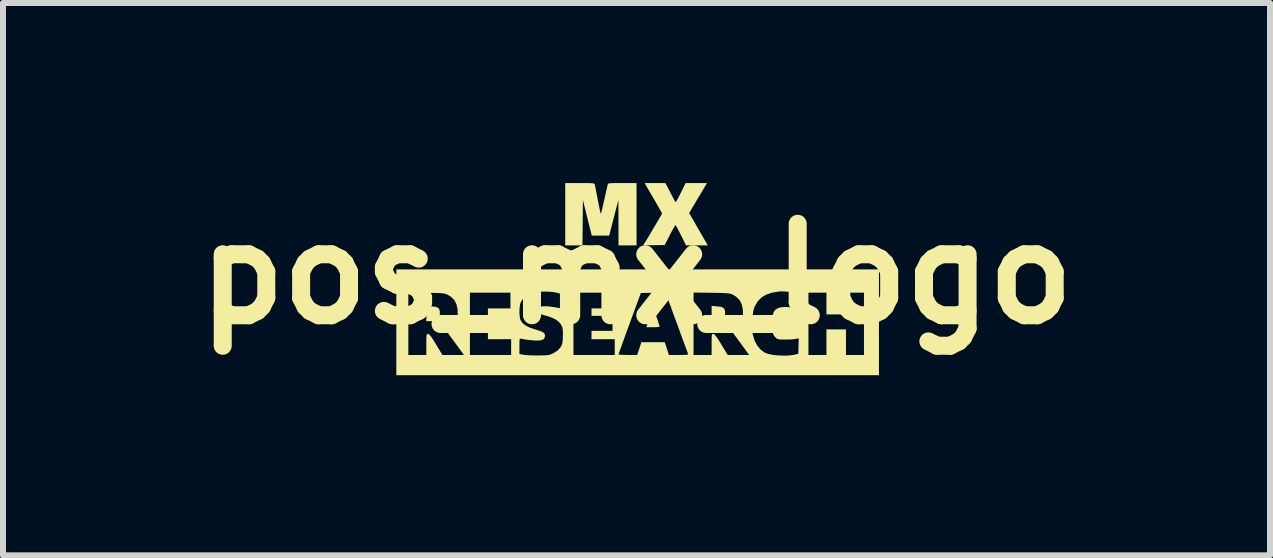
<source format=kicad_pcb>
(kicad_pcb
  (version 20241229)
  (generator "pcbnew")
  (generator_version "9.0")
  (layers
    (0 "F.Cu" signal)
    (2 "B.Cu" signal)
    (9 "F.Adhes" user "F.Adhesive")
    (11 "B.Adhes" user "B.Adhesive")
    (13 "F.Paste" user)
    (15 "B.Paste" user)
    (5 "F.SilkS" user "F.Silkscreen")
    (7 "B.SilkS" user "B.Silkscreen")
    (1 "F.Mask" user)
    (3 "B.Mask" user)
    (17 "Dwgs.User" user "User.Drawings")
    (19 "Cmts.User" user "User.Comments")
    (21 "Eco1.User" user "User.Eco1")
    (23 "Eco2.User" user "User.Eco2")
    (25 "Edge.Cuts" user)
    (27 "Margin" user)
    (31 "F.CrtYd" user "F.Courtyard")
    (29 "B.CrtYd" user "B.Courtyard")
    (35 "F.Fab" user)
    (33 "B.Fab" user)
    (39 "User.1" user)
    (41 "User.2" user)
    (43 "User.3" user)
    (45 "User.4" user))
  (footprint "pos_mx_logo"
    (layer "F.Cu")
    (at 7.555 1.513)
    (property "Reference" "pos_mx_logo" (at 0 0 0) (layer "F.SilkS") (effects (font (size 1.524 1.524) (thickness 0.3))))
    (attr board_only exclude_from_pos_files exclude_from_bom)
    (fp_poly (pts (xy -3.414 0.541) (xy -3.352 0.548) (xy -3.312 0.562) (xy -3.288 0.586) (xy -3.278 0.622) (xy -3.277 0.653) (xy -3.279 0.694) (xy -3.285 0.728) (xy -3.289 0.738) (xy -3.313 0.759) (xy -3.355 0.776) (xy -3.41 0.786) (xy -3.449 0.788) (xy -3.502 0.788) (xy -3.502 0.534)) (stroke (width 0) (type solid)) (fill yes) (layer "F.SilkS"))
    (fp_poly (pts (xy 1.338 0.541) (xy 1.4 0.548) (xy 1.44 0.562) (xy 1.464 0.586) (xy 1.474 0.622) (xy 1.476 0.653) (xy 1.473 0.694) (xy 1.467 0.728) (xy 1.463 0.738) (xy 1.439 0.759) (xy 1.397 0.776) (xy 1.342 0.786) (xy 1.304 0.788) (xy 1.251 0.788) (xy 1.251 0.534)) (stroke (width 0) (type solid)) (fill yes) (layer "F.SilkS"))
    (fp_poly (pts (xy 0.277 0.579) (xy 0.29 0.604) (xy 0.308 0.648) (xy 0.33 0.708) (xy 0.355 0.782) (xy 0.382 0.866) (xy 0.383 0.876) (xy 0.376 0.883) (xy 0.354 0.886) (xy 0.315 0.888) (xy 0.277 0.888) (xy 0.164 0.888) (xy 0.213 0.741) (xy 0.233 0.683) (xy 0.25 0.632) (xy 0.263 0.595) (xy 0.27 0.576) (xy 0.27 0.575)) (stroke (width 0) (type solid)) (fill yes) (layer "F.SilkS"))
    (fp_poly (pts (xy -0.861 -1.513) (xy -0.799 -1.513) (xy -0.755 -1.511) (xy -0.726 -1.509) (xy -0.709 -1.505) (xy -0.7 -1.499) (xy -0.696 -1.491) (xy -0.695 -1.485) (xy -0.69 -1.464) (xy -0.682 -1.422) (xy -0.671 -1.366) (xy -0.658 -1.3) (xy -0.65 -1.257) (xy -0.633 -1.171) (xy -0.62 -1.106) (xy -0.611 -1.06) (xy -0.604 -1.03) (xy -0.599 -1.012) (xy -0.596 -1.004) (xy -0.593 -1.003) (xy -0.593 -1.004) (xy -0.589 -1.017) (xy -0.58 -1.051) (xy -0.568 -1.101) (xy -0.554 -1.164) (xy -0.538 -1.233) (xy -0.522 -1.306) (xy -0.507 -1.373) (xy -0.494 -1.428) (xy -0.486 -1.467) (xy -0.481 -1.485) (xy -0.478 -1.495) (xy -0.473 -1.502) (xy -0.461 -1.507) (xy -0.439 -1.51) (xy -0.404 -1.512) (xy -0.353 -1.513) (xy -0.281 -1.513) (xy -0.237 -1.513) (xy 0 -1.513) (xy 0 -0.475) (xy -0.3 -0.475) (xy -0.301 -0.854) (xy -0.302 -1.232) (xy -0.456 -0.638) (xy -0.601 -0.638) (xy -0.746 -0.638) (xy -0.82 -0.935) (xy -0.894 -1.232) (xy -0.897 -0.854) (xy -0.901 -0.475) (xy -1.188 -0.475) (xy -1.188 -1.513) (xy -0.944 -1.513)) (stroke (width 0) (type solid)) (fill yes) (layer "F.SilkS"))
    (fp_poly (pts (xy 1.025 -1.263) (xy 0.877 -1.014) (xy 1.032 -0.744) (xy 1.187 -0.475) (xy 0.825 -0.475) (xy 0.741 -0.644) (xy 0.711 -0.703) (xy 0.685 -0.753) (xy 0.664 -0.79) (xy 0.651 -0.81) (xy 0.649 -0.813) (xy 0.64 -0.802) (xy 0.623 -0.773) (xy 0.598 -0.73) (xy 0.569 -0.676) (xy 0.555 -0.647) (xy 0.469 -0.481) (xy 0.289 -0.478) (xy 0.109 -0.475) (xy 0.127 -0.503) (xy 0.147 -0.535) (xy 0.175 -0.58) (xy 0.209 -0.636) (xy 0.246 -0.698) (xy 0.284 -0.763) (xy 0.322 -0.826) (xy 0.357 -0.886) (xy 0.387 -0.937) (xy 0.409 -0.976) (xy 0.423 -1) (xy 0.425 -1.006) (xy 0.419 -1.019) (xy 0.402 -1.05) (xy 0.377 -1.096) (xy 0.344 -1.153) (xy 0.306 -1.219) (xy 0.296 -1.236) (xy 0.256 -1.304) (xy 0.219 -1.367) (xy 0.188 -1.42) (xy 0.165 -1.46) (xy 0.153 -1.483) (xy 0.151 -1.485) (xy 0.137 -1.513) (xy 0.309 -1.513) (xy 0.481 -1.513) (xy 0.563 -1.356) (xy 0.592 -1.299) (xy 0.618 -1.251) (xy 0.638 -1.215) (xy 0.649 -1.196) (xy 0.651 -1.194) (xy 0.659 -1.203) (xy 0.675 -1.231) (xy 0.698 -1.273) (xy 0.726 -1.327) (xy 0.738 -1.351) (xy 0.818 -1.513) (xy 1.174 -1.513)) (stroke (width 0) (type solid)) (fill yes) (layer "F.SilkS"))
    (fp_poly (pts (xy 4.039 1.688) (xy -4.002 1.688) (xy -4.002 0.311) (xy -3.802 0.311) (xy -3.802 1.351) (xy -3.502 1.351) (xy -3.502 1.176) (xy -3.502 1.106) (xy -3.501 1.058) (xy -3.499 1.028) (xy -3.495 1.01) (xy -3.488 1.003) (xy -3.479 1.001) (xy -3.474 1.001) (xy -3.46 1.005) (xy -3.444 1.019) (xy -3.423 1.046) (xy -3.395 1.087) (xy -3.357 1.147) (xy -3.34 1.176) (xy -3.234 1.351) (xy -2.876 1.351) (xy -2.776 1.351) (xy -2.089 1.351) (xy -2.089 1.088) (xy -2.476 1.088) (xy -2.476 0.95) (xy -2.126 0.95) (xy -2.126 0.7) (xy -2.476 0.7) (xy -2.476 0.642) (xy -1.951 0.642) (xy -1.947 0.705) (xy -1.938 0.756) (xy -1.934 0.767) (xy -1.902 0.817) (xy -1.851 0.859) (xy -1.778 0.895) (xy -1.709 0.919) (xy -1.639 0.941) (xy -1.589 0.958) (xy -1.556 0.974) (xy -1.537 0.99) (xy -1.528 1.008) (xy -1.526 1.03) (xy -1.526 1.031) (xy -1.532 1.068) (xy -1.553 1.092) (xy -1.592 1.106) (xy -1.624 1.11) (xy -1.666 1.111) (xy -1.723 1.108) (xy -1.788 1.102) (xy -1.851 1.094) (xy -1.905 1.084) (xy -1.923 1.08) (xy -1.935 1.078) (xy -1.943 1.081) (xy -1.948 1.094) (xy -1.95 1.122) (xy -1.951 1.168) (xy -1.951 1.204) (xy -1.951 1.335) (xy -1.879 1.348) (xy -1.839 1.353) (xy -1.782 1.357) (xy -1.713 1.359) (xy -1.642 1.359) (xy -1.632 1.359) (xy -1.561 1.358) (xy -1.51 1.356) (xy -1.473 1.352) (xy -1.467 1.351) (xy -1.051 1.351) (xy -0.363 1.351) (xy -0.363 1.341) (xy -0.3 1.341) (xy -0.288 1.345) (xy -0.256 1.348) (xy -0.209 1.35) (xy -0.151 1.351) (xy -0.145 1.351) (xy 0.011 1.351) (xy 0.046 1.244) (xy 0.08 1.138) (xy 0.47 1.138) (xy 0.505 1.244) (xy 0.539 1.351) (xy 0.702 1.351) (xy 0.769 1.35) (xy 0.814 1.349) (xy 0.842 1.347) (xy 0.855 1.343) (xy 0.859 1.336) (xy 0.857 1.329) (xy 0.851 1.313) (xy 0.838 1.277) (xy 0.818 1.223) (xy 0.793 1.156) (xy 0.764 1.077) (xy 0.732 0.989) (xy 0.699 0.897) (xy 0.664 0.803) (xy 0.63 0.71) (xy 0.597 0.621) (xy 0.568 0.539) (xy 0.541 0.468) (xy 0.52 0.41) (xy 0.505 0.368) (xy 0.497 0.347) (xy 0.485 0.312) (xy 0.279 0.315) (xy 0.072 0.319) (xy -0.114 0.825) (xy -0.153 0.932) (xy -0.19 1.032) (xy -0.222 1.122) (xy -0.25 1.199) (xy -0.273 1.263) (xy -0.289 1.309) (xy -0.299 1.335) (xy -0.3 1.341) (xy -0.363 1.341) (xy -0.363 1.088) (xy -0.75 1.088) (xy -0.75 0.95) (xy -0.4 0.95) (xy -0.4 0.7) (xy -0.75 0.7) (xy -0.75 0.575) (xy -0.375 0.575) (xy -0.375 0.313) (xy -1.051 0.313) (xy -1.051 1.351) (xy -1.467 1.351) (xy -1.443 1.346) (xy -1.416 1.336) (xy -1.386 1.321) (xy -1.382 1.319) (xy -1.316 1.278) (xy -1.27 1.229) (xy -1.27 1.229) (xy -1.252 1.199) (xy -1.24 1.171) (xy -1.233 1.136) (xy -1.229 1.087) (xy -1.228 1.064) (xy -1.226 0.986) (xy -1.229 0.928) (xy -1.239 0.883) (xy -1.256 0.847) (xy -1.278 0.818) (xy -1.313 0.784) (xy -1.354 0.756) (xy -1.408 0.731) (xy -1.479 0.706) (xy -1.521 0.694) (xy -1.583 0.675) (xy -1.624 0.659) (xy -1.649 0.644) (xy -1.66 0.627) (xy -1.661 0.606) (xy -1.661 0.602) (xy -1.645 0.57) (xy -1.608 0.549) (xy -1.549 0.539) (xy -1.47 0.541) (xy -1.37 0.554) (xy -1.366 0.555) (xy -1.276 0.571) (xy -1.276 0.328) (xy -1.341 0.311) (xy -1.344 0.311) (xy 0.95 0.311) (xy 0.95 1.351) (xy 1.251 1.351) (xy 1.251 1.176) (xy 1.251 1.106) (xy 1.252 1.058) (xy 1.254 1.028) (xy 1.258 1.01) (xy 1.264 1.003) (xy 1.274 1.001) (xy 1.279 1.001) (xy 1.292 1.005) (xy 1.308 1.019) (xy 1.329 1.046) (xy 1.358 1.087) (xy 1.395 1.147) (xy 1.413 1.176) (xy 1.519 1.351) (xy 1.876 1.351) (xy 1.774 1.21) (xy 1.733 1.154) (xy 1.694 1.1) (xy 1.66 1.055) (xy 1.636 1.023) (xy 1.634 1.02) (xy 1.612 0.988) (xy 1.607 0.97) (xy 1.61 0.966) (xy 1.654 0.942) (xy 1.698 0.903) (xy 1.734 0.857) (xy 1.738 0.85) (xy 1.738 0.85) (xy 1.926 0.85) (xy 1.928 0.93) (xy 1.935 1) (xy 1.938 1.016) (xy 1.967 1.112) (xy 2.012 1.196) (xy 2.071 1.265) (xy 2.137 1.312) (xy 2.189 1.332) (xy 2.258 1.347) (xy 2.34 1.357) (xy 2.427 1.362) (xy 2.513 1.361) (xy 2.592 1.354) (xy 2.609 1.351) (xy 2.864 1.351) (xy 3.164 1.351) (xy 3.164 0.925) (xy 3.489 0.925) (xy 3.489 1.351) (xy 3.789 1.351) (xy 3.789 0.313) (xy 3.489 0.313) (xy 3.489 0.675) (xy 3.164 0.675) (xy 3.164 0.313) (xy 2.864 0.313) (xy 2.864 1.351) (xy 2.609 1.351) (xy 2.633 1.346) (xy 2.695 1.332) (xy 2.699 1.202) (xy 2.702 1.073) (xy 2.655 1.083) (xy 2.622 1.088) (xy 2.572 1.092) (xy 2.513 1.094) (xy 2.481 1.094) (xy 2.421 1.094) (xy 2.38 1.091) (xy 2.354 1.086) (xy 2.335 1.077) (xy 2.326 1.069) (xy 2.297 1.039) (xy 2.278 1.006) (xy 2.266 0.965) (xy 2.259 0.91) (xy 2.257 0.836) (xy 2.257 0.832) (xy 2.26 0.746) (xy 2.27 0.681) (xy 2.287 0.632) (xy 2.314 0.598) (xy 2.351 0.572) (xy 2.351 0.572) (xy 2.402 0.557) (xy 2.47 0.551) (xy 2.546 0.555) (xy 2.617 0.568) (xy 2.689 0.585) (xy 2.689 0.456) (xy 2.688 0.395) (xy 2.685 0.355) (xy 2.68 0.331) (xy 2.672 0.321) (xy 2.671 0.321) (xy 2.636 0.312) (xy 2.584 0.304) (xy 2.523 0.298) (xy 2.461 0.293) (xy 2.406 0.292) (xy 2.371 0.294) (xy 2.254 0.314) (xy 2.157 0.347) (xy 2.079 0.395) (xy 2.018 0.459) (xy 1.971 0.539) (xy 1.961 0.563) (xy 1.947 0.615) (xy 1.936 0.686) (xy 1.929 0.766) (xy 1.926 0.85) (xy 1.738 0.85) (xy 1.756 0.81) (xy 1.767 0.763) (xy 1.773 0.701) (xy 1.773 0.693) (xy 1.771 0.59) (xy 1.752 0.505) (xy 1.716 0.435) (xy 1.661 0.381) (xy 1.601 0.345) (xy 1.581 0.337) (xy 1.56 0.33) (xy 1.533 0.325) (xy 1.498 0.322) (xy 1.45 0.319) (xy 1.387 0.317) (xy 1.305 0.316) (xy 1.247 0.315) (xy 0.95 0.311) (xy -1.344 0.311) (xy -1.401 0.301) (xy -1.475 0.296) (xy -1.554 0.295) (xy -1.632 0.299) (xy -1.7 0.307) (xy -1.749 0.318) (xy -1.824 0.354) (xy -1.885 0.405) (xy -1.927 0.468) (xy -1.928 0.469) (xy -1.941 0.514) (xy -1.949 0.575) (xy -1.951 0.642) (xy -2.476 0.642) (xy -2.476 0.575) (xy -2.101 0.575) (xy -2.101 0.313) (xy -2.776 0.313) (xy -2.776 1.351) (xy -2.876 1.351) (xy -2.978 1.21) (xy -3.019 1.154) (xy -3.059 1.1) (xy -3.092 1.055) (xy -3.116 1.023) (xy -3.119 1.02) (xy -3.14 0.988) (xy -3.146 0.97) (xy -3.142 0.966) (xy -3.099 0.942) (xy -3.054 0.903) (xy -3.019 0.857) (xy -3.015 0.85) (xy -2.996 0.81) (xy -2.985 0.763) (xy -2.979 0.701) (xy -2.979 0.693) (xy -2.981 0.59) (xy -3 0.505) (xy -3.036 0.435) (xy -3.091 0.381) (xy -3.152 0.345) (xy -3.171 0.337) (xy -3.193 0.33) (xy -3.219 0.325) (xy -3.254 0.322) (xy -3.302 0.319) (xy -3.365 0.317) (xy -3.448 0.316) (xy -3.505 0.315) (xy -3.802 0.311) (xy -4.002 0.311) (xy -4.002 -0.075) (xy 4.039 -0.075)) (stroke (width 0) (type solid)) (fill yes) (layer "F.SilkS")))
  (gr_rect
    (start -3 -3)
    (end 18.109 6.202)
    (stroke (width 0.1) (type default))
    (fill no)
    (layer "Edge.Cuts")))
</source>
